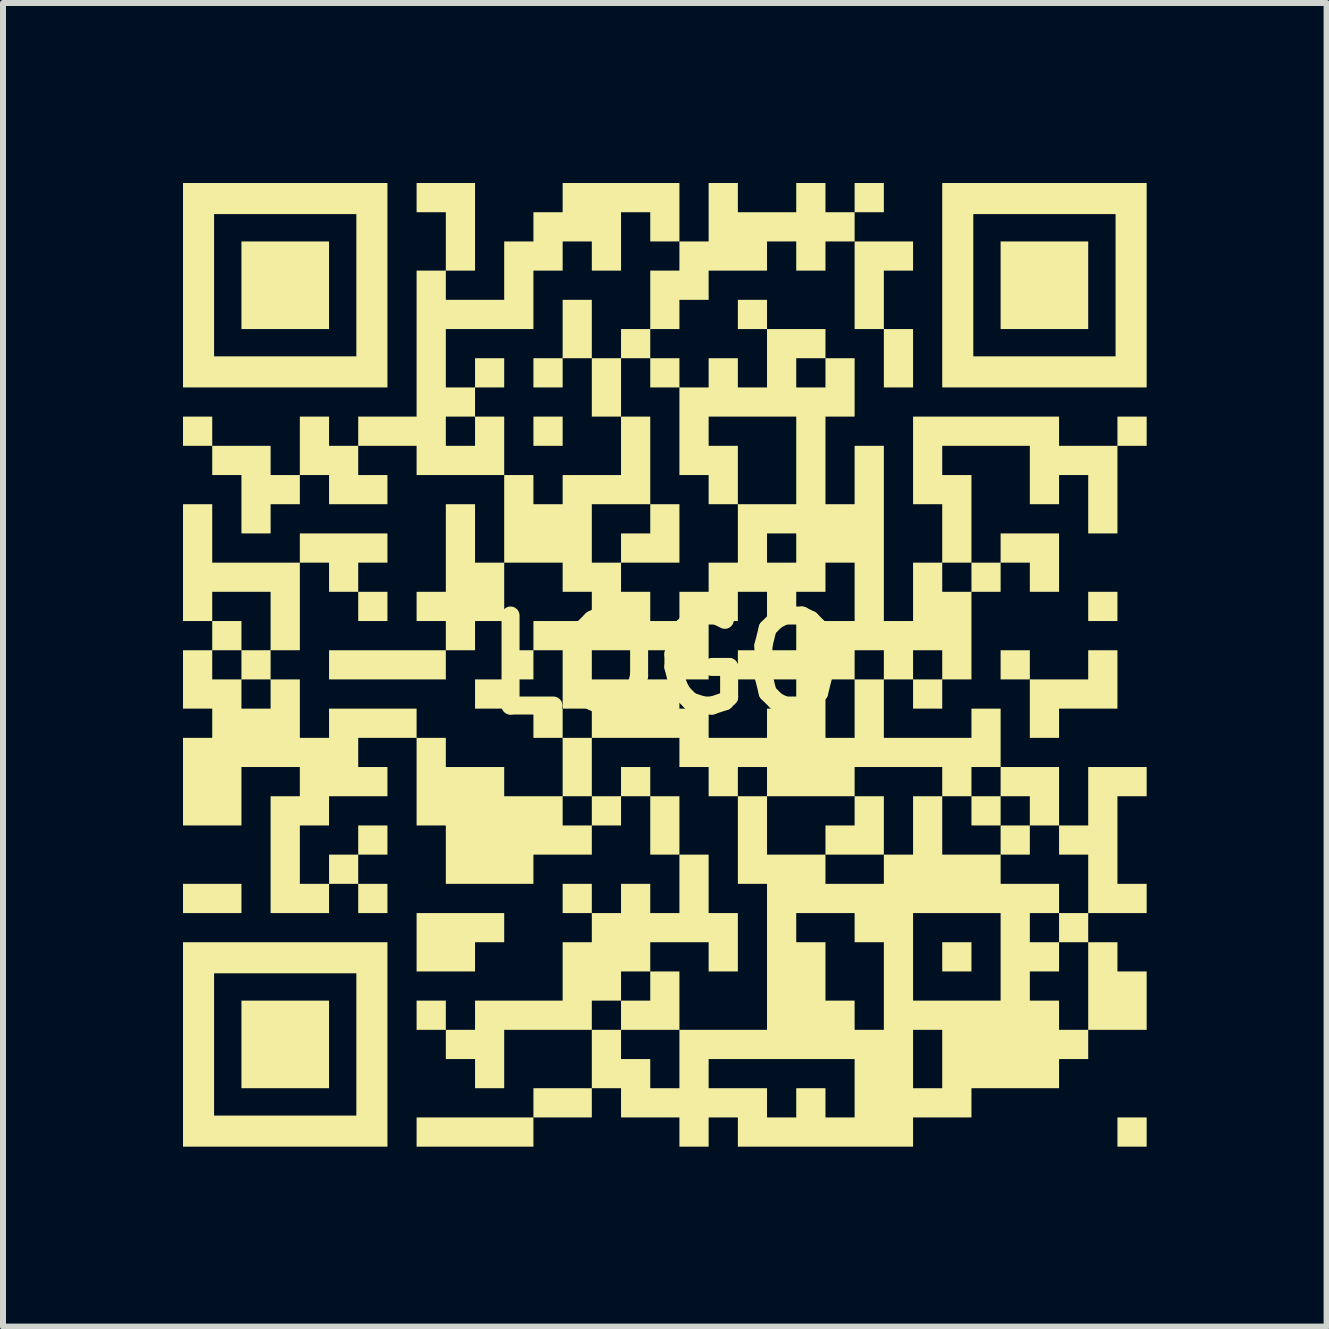
<source format=kicad_pcb>
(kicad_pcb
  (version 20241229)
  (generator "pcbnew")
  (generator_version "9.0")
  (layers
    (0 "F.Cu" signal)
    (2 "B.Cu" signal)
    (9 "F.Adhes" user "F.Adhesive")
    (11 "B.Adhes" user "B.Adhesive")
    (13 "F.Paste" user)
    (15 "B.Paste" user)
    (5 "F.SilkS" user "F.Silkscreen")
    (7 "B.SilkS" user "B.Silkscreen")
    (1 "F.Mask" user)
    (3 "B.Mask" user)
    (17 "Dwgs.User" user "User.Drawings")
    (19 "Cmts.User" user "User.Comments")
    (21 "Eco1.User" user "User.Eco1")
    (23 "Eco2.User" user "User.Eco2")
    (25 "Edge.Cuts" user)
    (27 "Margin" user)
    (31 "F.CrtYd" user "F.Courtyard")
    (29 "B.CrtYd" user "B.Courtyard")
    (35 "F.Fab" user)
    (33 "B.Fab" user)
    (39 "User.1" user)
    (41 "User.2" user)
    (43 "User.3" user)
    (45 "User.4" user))
  (footprint "LOGO"
    (layer "F.Cu")
    (at 8.03 8.03)
    (property "Reference" "LOGO" (at 0 0 0) (layer "F.SilkS") (effects (font (size 1.5 1.5) (thickness 0.3))))
    (attr board_only exclude_from_pos_files exclude_from_bom)
    (fp_poly (pts (xy -7.543 -3.893) (xy -7.543 -3.65) (xy -7.786 -3.65) (xy -8.03 -3.65) (xy -8.03 -3.893) (xy -8.03 -4.137) (xy -7.786 -4.137) (xy -7.543 -4.137)) (stroke (width 0) (type solid)) (fill yes) (layer "F.SilkS"))
    (fp_poly (pts (xy -7.056 3.893) (xy -7.056 4.137) (xy -7.543 4.137) (xy -8.03 4.137) (xy -8.03 3.893) (xy -8.03 3.65) (xy -7.543 3.65) (xy -7.056 3.65)) (stroke (width 0) (type solid)) (fill yes) (layer "F.SilkS"))
    (fp_poly (pts (xy -5.596 -6.326) (xy -5.596 -5.596) (xy -6.326 -5.596) (xy -7.056 -5.596) (xy -7.056 -6.326) (xy -7.056 -7.056) (xy -6.326 -7.056) (xy -5.596 -7.056)) (stroke (width 0) (type solid)) (fill yes) (layer "F.SilkS"))
    (fp_poly (pts (xy -5.596 6.326) (xy -5.596 7.056) (xy -6.326 7.056) (xy -7.056 7.056) (xy -7.056 6.326) (xy -7.056 5.596) (xy -6.326 5.596) (xy -5.596 5.596)) (stroke (width 0) (type solid)) (fill yes) (layer "F.SilkS"))
    (fp_poly (pts (xy -4.623 -0.973) (xy -4.623 -0.73) (xy -4.867 -0.73) (xy -5.11 -0.73) (xy -5.11 -0.973) (xy -5.11 -1.217) (xy -4.867 -1.217) (xy -4.623 -1.217)) (stroke (width 0) (type solid)) (fill yes) (layer "F.SilkS"))
    (fp_poly (pts (xy -4.623 3.893) (xy -4.623 4.137) (xy -4.867 4.137) (xy -5.11 4.137) (xy -5.11 3.893) (xy -5.11 3.65) (xy -4.867 3.65) (xy -4.623 3.65)) (stroke (width 0) (type solid)) (fill yes) (layer "F.SilkS"))
    (fp_poly (pts (xy -2.677 -4.867) (xy -2.677 -4.623) (xy -2.92 -4.623) (xy -3.163 -4.623) (xy -3.163 -4.867) (xy -3.163 -5.11) (xy -2.92 -5.11) (xy -2.677 -5.11)) (stroke (width 0) (type solid)) (fill yes) (layer "F.SilkS"))
    (fp_poly (pts (xy -1.703 -3.893) (xy -1.703 -3.65) (xy -1.947 -3.65) (xy -2.19 -3.65) (xy -2.19 -3.893) (xy -2.19 -4.137) (xy -1.947 -4.137) (xy -1.703 -4.137)) (stroke (width 0) (type solid)) (fill yes) (layer "F.SilkS"))
    (fp_poly (pts (xy -0.73 -4.623) (xy -0.73 -4.137) (xy -0.973 -4.137) (xy -1.217 -4.137) (xy -1.217 -4.623) (xy -1.217 -5.11) (xy -0.973 -5.11) (xy -0.73 -5.11)) (stroke (width 0) (type solid)) (fill yes) (layer "F.SilkS"))
    (fp_poly (pts (xy 0.243 2.677) (xy 0.243 3.163) (xy 0 3.163) (xy -0.243 3.163) (xy -0.243 2.677) (xy -0.243 2.19) (xy 0 2.19) (xy 0.243 2.19)) (stroke (width 0) (type solid)) (fill yes) (layer "F.SilkS"))
    (fp_poly (pts (xy 1.703 -5.84) (xy 1.703 -5.596) (xy 1.46 -5.596) (xy 1.217 -5.596) (xy 1.217 -5.84) (xy 1.217 -6.083) (xy 1.46 -6.083) (xy 1.703 -6.083)) (stroke (width 0) (type solid)) (fill yes) (layer "F.SilkS"))
    (fp_poly (pts (xy 4.137 -5.11) (xy 4.137 -4.623) (xy 3.893 -4.623) (xy 3.65 -4.623) (xy 3.65 -5.11) (xy 3.65 -5.596) (xy 3.893 -5.596) (xy 4.137 -5.596)) (stroke (width 0) (type solid)) (fill yes) (layer "F.SilkS"))
    (fp_poly (pts (xy 5.11 4.867) (xy 5.11 5.11) (xy 4.867 5.11) (xy 4.623 5.11) (xy 4.623 4.867) (xy 4.623 4.623) (xy 4.867 4.623) (xy 5.11 4.623)) (stroke (width 0) (type solid)) (fill yes) (layer "F.SilkS"))
    (fp_poly (pts (xy 5.596 2.433) (xy 5.596 2.677) (xy 5.353 2.677) (xy 5.11 2.677) (xy 5.11 2.433) (xy 5.11 2.19) (xy 5.353 2.19) (xy 5.596 2.19)) (stroke (width 0) (type solid)) (fill yes) (layer "F.SilkS"))
    (fp_poly (pts (xy 6.083 2.92) (xy 6.083 3.163) (xy 5.84 3.163) (xy 5.596 3.163) (xy 5.596 2.92) (xy 5.596 2.677) (xy 5.84 2.677) (xy 6.083 2.677)) (stroke (width 0) (type solid)) (fill yes) (layer "F.SilkS"))
    (fp_poly (pts (xy 7.056 -6.326) (xy 7.056 -5.596) (xy 6.326 -5.596) (xy 5.596 -5.596) (xy 5.596 -6.326) (xy 5.596 -7.056) (xy 6.326 -7.056) (xy 7.056 -7.056)) (stroke (width 0) (type solid)) (fill yes) (layer "F.SilkS"))
    (fp_poly (pts (xy 7.543 -0.973) (xy 7.543 -0.73) (xy 7.3 -0.73) (xy 7.056 -0.73) (xy 7.056 -0.973) (xy 7.056 -1.217) (xy 7.3 -1.217) (xy 7.543 -1.217)) (stroke (width 0) (type solid)) (fill yes) (layer "F.SilkS"))
    (fp_poly (pts (xy 8.03 7.786) (xy 8.03 8.03) (xy 7.786 8.03) (xy 7.543 8.03) (xy 7.543 7.786) (xy 7.543 7.543) (xy 7.786 7.543) (xy 8.03 7.543)) (stroke (width 0) (type solid)) (fill yes) (layer "F.SilkS"))
    (fp_poly (pts (xy -2.677 4.38) (xy -2.677 4.623) (xy -2.92 4.623) (xy -3.163 4.623) (xy -3.163 4.867) (xy -3.163 5.11) (xy -3.65 5.11) (xy -4.137 5.11) (xy -4.137 4.623) (xy -4.137 4.137) (xy -3.407 4.137) (xy -2.677 4.137)) (stroke (width 0) (type solid)) (fill yes) (layer "F.SilkS"))
    (fp_poly (pts (xy 0.243 -2.19) (xy 0.243 -1.703) (xy -0.243 -1.703) (xy -0.73 -1.703) (xy -0.73 -1.947) (xy -0.73 -2.19) (xy -0.487 -2.19) (xy -0.243 -2.19) (xy -0.243 -2.433) (xy -0.243 -2.677) (xy 0 -2.677) (xy 0.243 -2.677)) (stroke (width 0) (type solid)) (fill yes) (layer "F.SilkS"))
    (fp_poly (pts (xy 0.243 5.596) (xy 0.243 6.083) (xy -0.243 6.083) (xy -0.73 6.083) (xy -0.73 5.84) (xy -0.73 5.596) (xy -0.487 5.596) (xy -0.243 5.596) (xy -0.243 5.353) (xy -0.243 5.11) (xy 0 5.11) (xy 0.243 5.11)) (stroke (width 0) (type solid)) (fill yes) (layer "F.SilkS"))
    (fp_poly (pts (xy 3.65 2.677) (xy 3.65 3.163) (xy 3.163 3.163) (xy 2.677 3.163) (xy 2.677 2.92) (xy 2.677 2.677) (xy 2.92 2.677) (xy 3.163 2.677) (xy 3.163 2.433) (xy 3.163 2.19) (xy 3.407 2.19) (xy 3.65 2.19)) (stroke (width 0) (type solid)) (fill yes) (layer "F.SilkS"))
    (fp_poly (pts (xy 4.137 -6.813) (xy 4.137 -6.57) (xy 3.893 -6.57) (xy 3.65 -6.57) (xy 3.65 -6.083) (xy 3.65 -5.596) (xy 3.407 -5.596) (xy 3.163 -5.596) (xy 3.163 -6.326) (xy 3.163 -7.056) (xy 3.65 -7.056) (xy 4.137 -7.056)) (stroke (width 0) (type solid)) (fill yes) (layer "F.SilkS"))
    (fp_poly (pts (xy -1.217 -5.596) (xy -1.217 -5.11) (xy -1.46 -5.11) (xy -1.703 -5.11) (xy -1.703 -4.867) (xy -1.703 -4.623) (xy -1.947 -4.623) (xy -2.19 -4.623) (xy -2.19 -4.867) (xy -2.19 -5.11) (xy -1.947 -5.11) (xy -1.703 -5.11) (xy -1.703 -5.596) (xy -1.703 -6.083) (xy -1.46 -6.083) (xy -1.217 -6.083)) (stroke (width 0) (type solid)) (fill yes) (layer "F.SilkS"))
    (fp_poly (pts (xy -4.623 -6.326) (xy -4.623 -4.623) (xy -6.326 -4.623) (xy -8.03 -4.623) (xy -8.03 -6.326) (xy -7.512 -6.326) (xy -7.512 -5.141) (xy -6.326 -5.141) (xy -5.141 -5.141) (xy -5.141 -6.326) (xy -5.141 -7.512) (xy -6.326 -7.512) (xy -7.512 -7.512) (xy -7.512 -6.326) (xy -8.03 -6.326) (xy -8.03 -8.03) (xy -6.326 -8.03) (xy -4.623 -8.03)) (stroke (width 0) (type solid)) (fill yes) (layer "F.SilkS"))
    (fp_poly (pts (xy -4.623 6.326) (xy -4.623 8.03) (xy -6.326 8.03) (xy -8.03 8.03) (xy -8.03 6.326) (xy -7.512 6.326) (xy -7.512 7.512) (xy -6.326 7.512) (xy -5.141 7.512) (xy -5.141 6.326) (xy -5.141 5.141) (xy -6.326 5.141) (xy -7.512 5.141) (xy -7.512 6.326) (xy -8.03 6.326) (xy -8.03 4.623) (xy -6.326 4.623) (xy -4.623 4.623)) (stroke (width 0) (type solid)) (fill yes) (layer "F.SilkS"))
    (fp_poly (pts (xy 8.03 -6.326) (xy 8.03 -4.623) (xy 6.326 -4.623) (xy 4.623 -4.623) (xy 4.623 -6.326) (xy 5.141 -6.326) (xy 5.141 -5.141) (xy 6.326 -5.141) (xy 7.512 -5.141) (xy 7.512 -6.326) (xy 7.512 -7.512) (xy 6.326 -7.512) (xy 5.141 -7.512) (xy 5.141 -6.326) (xy 4.623 -6.326) (xy 4.623 -8.03) (xy 6.326 -8.03) (xy 8.03 -8.03)) (stroke (width 0) (type solid)) (fill yes) (layer "F.SilkS"))
    (fp_poly (pts (xy 6.083 0) (xy 6.083 0.243) (xy 6.57 0.243) (xy 7.056 0.243) (xy 7.056 0) (xy 7.056 -0.243) (xy 7.3 -0.243) (xy 7.543 -0.243) (xy 7.543 0.243) (xy 7.543 0.73) (xy 7.056 0.73) (xy 6.57 0.73) (xy 6.57 0.973) (xy 6.57 1.217) (xy 6.326 1.217) (xy 6.083 1.217) (xy 6.083 0.73) (xy 6.083 0.243) (xy 5.84 0.243) (xy 5.596 0.243) (xy 5.596 0) (xy 5.596 -0.243) (xy 5.84 -0.243) (xy 6.083 -0.243)) (stroke (width 0) (type solid)) (fill yes) (layer "F.SilkS"))
    (fp_poly (pts (xy 0.73 3.65) (xy 0.73 4.137) (xy 0.973 4.137) (xy 1.217 4.137) (xy 1.217 4.623) (xy 1.217 5.11) (xy 0.973 5.11) (xy 0.73 5.11) (xy 0.73 4.867) (xy 0.73 4.623) (xy 0.243 4.623) (xy -0.243 4.623) (xy -0.243 4.867) (xy -0.243 5.11) (xy -0.487 5.11) (xy -0.73 5.11) (xy -0.73 5.353) (xy -0.73 5.596) (xy -0.973 5.596) (xy -1.217 5.596) (xy -1.217 5.84) (xy -1.217 6.083) (xy -1.947 6.083) (xy -2.677 6.083) (xy -2.677 6.57) (xy -2.677 7.056) (xy -2.92 7.056) (xy -3.163 7.056) (xy -3.163 6.813) (xy -3.163 6.57) (xy -3.407 6.57) (xy -3.65 6.57) (xy -3.65 6.326) (xy -3.65 6.083) (xy -3.893 6.083) (xy -4.137 6.083) (xy -4.137 5.84) (xy -4.137 5.596) (xy -3.893 5.596) (xy -3.65 5.596) (xy -3.65 5.84) (xy -3.65 6.083) (xy -3.407 6.083) (xy -3.163 6.083) (xy -3.163 5.84) (xy -3.163 5.596) (xy -2.433 5.596) (xy -1.703 5.596) (xy -1.703 5.11) (xy -1.703 4.623) (xy -1.46 4.623) (xy -1.217 4.623) (xy -1.217 4.38) (xy -1.217 4.137) (xy -1.46 4.137) (xy -1.703 4.137) (xy -1.703 3.893) (xy -1.703 3.65) (xy -1.46 3.65) (xy -1.217 3.65) (xy -1.217 3.893) (xy -1.217 4.137) (xy -0.973 4.137) (xy -0.73 4.137) (xy -0.73 3.893) (xy -0.73 3.65) (xy -0.487 3.65) (xy -0.243 3.65) (xy -0.243 3.893) (xy -0.243 4.137) (xy 0 4.137) (xy 0.243 4.137) (xy 0.243 3.65) (xy 0.243 3.163) (xy 0.487 3.163) (xy 0.73 3.163)) (stroke (width 0) (type solid)) (fill yes) (layer "F.SilkS"))
    (fp_poly (pts (xy -7.543 -2.19) (xy -7.543 -1.703) (xy -6.813 -1.703) (xy -6.083 -1.703) (xy -6.083 -1.947) (xy -6.083 -2.19) (xy -5.353 -2.19) (xy -4.623 -2.19) (xy -4.623 -1.947) (xy -4.623 -1.703) (xy -4.867 -1.703) (xy -5.11 -1.703) (xy -5.11 -1.46) (xy -5.11 -1.217) (xy -5.353 -1.217) (xy -5.596 -1.217) (xy -5.596 -1.46) (xy -5.596 -1.703) (xy -5.84 -1.703) (xy -6.083 -1.703) (xy -6.083 -0.973) (xy -6.083 -0.243) (xy -6.326 -0.243) (xy -6.57 -0.243) (xy -6.57 0) (xy -6.57 0.243) (xy -6.813 0.243) (xy -7.056 0.243) (xy -7.056 0.487) (xy -7.056 0.73) (xy -6.813 0.73) (xy -6.57 0.73) (xy -6.57 0.487) (xy -6.57 0.243) (xy -6.326 0.243) (xy -6.083 0.243) (xy -6.083 0.73) (xy -6.083 1.217) (xy -5.84 1.217) (xy -5.596 1.217) (xy -5.596 0.973) (xy -5.596 0.73) (xy -4.867 0.73) (xy -4.137 0.73) (xy -4.137 0.973) (xy -4.137 1.217) (xy -4.623 1.217) (xy -5.11 1.217) (xy -5.11 1.46) (xy -5.11 1.703) (xy -4.867 1.703) (xy -4.623 1.703) (xy -4.623 1.947) (xy -4.623 2.19) (xy -5.11 2.19) (xy -5.596 2.19) (xy -5.596 2.433) (xy -5.596 2.677) (xy -5.84 2.677) (xy -6.083 2.677) (xy -6.083 3.163) (xy -6.083 3.65) (xy -5.84 3.65) (xy -5.596 3.65) (xy -5.596 3.407) (xy -5.596 3.163) (xy -5.353 3.163) (xy -5.11 3.163) (xy -5.11 2.92) (xy -5.11 2.677) (xy -4.867 2.677) (xy -4.623 2.677) (xy -4.623 2.92) (xy -4.623 3.163) (xy -4.867 3.163) (xy -5.11 3.163) (xy -5.11 3.407) (xy -5.11 3.65) (xy -5.353 3.65) (xy -5.596 3.65) (xy -5.596 3.893) (xy -5.596 4.137) (xy -6.083 4.137) (xy -6.57 4.137) (xy -6.57 3.163) (xy -6.57 2.19) (xy -6.326 2.19) (xy -6.083 2.19) (xy -6.083 1.947) (xy -6.083 1.703) (xy -6.57 1.703) (xy -7.056 1.703) (xy -7.056 2.19) (xy -7.056 2.677) (xy -7.543 2.677) (xy -8.03 2.677) (xy -8.03 1.947) (xy -8.03 1.217) (xy -7.786 1.217) (xy -7.543 1.217) (xy -7.543 0.973) (xy -7.543 0.73) (xy -7.786 0.73) (xy -8.03 0.73) (xy -8.03 0.243) (xy -8.03 -0.243) (xy -7.786 -0.243) (xy -7.543 -0.243) (xy -7.543 -0.487) (xy -7.543 -0.73) (xy -7.3 -0.73) (xy -7.056 -0.73) (xy -7.056 -0.487) (xy -7.056 -0.243) (xy -7.3 -0.243) (xy -7.543 -0.243) (xy -7.543 0) (xy -7.543 0.243) (xy -7.3 0.243) (xy -7.056 0.243) (xy -7.056 0) (xy -7.056 -0.243) (xy -6.813 -0.243) (xy -6.57 -0.243) (xy -6.57 -0.73) (xy -6.57 -1.217) (xy -7.056 -1.217) (xy -7.543 -1.217) (xy -7.543 -0.973) (xy -7.543 -0.73) (xy -7.786 -0.73) (xy -8.03 -0.73) (xy -8.03 -1.703) (xy -8.03 -2.677) (xy -7.786 -2.677) (xy -7.543 -2.677)) (stroke (width 0) (type solid)) (fill yes) (layer "F.SilkS"))
    (fp_poly (pts (xy -3.163 -7.3) (xy -3.163 -6.57) (xy -3.407 -6.57) (xy -3.65 -6.57) (xy -3.65 -6.326) (xy -3.65 -6.083) (xy -3.163 -6.083) (xy -2.677 -6.083) (xy -2.677 -6.57) (xy -2.677 -7.056) (xy -2.433 -7.056) (xy -2.19 -7.056) (xy -2.19 -7.3) (xy -2.19 -7.543) (xy -1.947 -7.543) (xy -1.703 -7.543) (xy -1.703 -7.786) (xy -1.703 -8.03) (xy -0.73 -8.03) (xy 0.243 -8.03) (xy 0.243 -7.543) (xy 0.243 -7.056) (xy 0.487 -7.056) (xy 0.73 -7.056) (xy 0.73 -7.543) (xy 0.73 -8.03) (xy 0.973 -8.03) (xy 1.217 -8.03) (xy 1.217 -7.786) (xy 1.217 -7.543) (xy 1.703 -7.543) (xy 2.19 -7.543) (xy 2.19 -7.786) (xy 2.19 -8.03) (xy 2.433 -8.03) (xy 2.677 -8.03) (xy 2.677 -7.786) (xy 2.677 -7.543) (xy 2.92 -7.543) (xy 3.163 -7.543) (xy 3.163 -7.786) (xy 3.163 -8.03) (xy 3.407 -8.03) (xy 3.65 -8.03) (xy 3.65 -7.786) (xy 3.65 -7.543) (xy 3.407 -7.543) (xy 3.163 -7.543) (xy 3.163 -7.3) (xy 3.163 -7.056) (xy 2.92 -7.056) (xy 2.677 -7.056) (xy 2.677 -6.813) (xy 2.677 -6.57) (xy 2.433 -6.57) (xy 2.19 -6.57) (xy 2.19 -6.813) (xy 2.19 -7.056) (xy 1.947 -7.056) (xy 1.703 -7.056) (xy 1.703 -6.813) (xy 1.703 -6.57) (xy 1.217 -6.57) (xy 0.73 -6.57) (xy 0.73 -6.326) (xy 0.73 -6.083) (xy 0.487 -6.083) (xy 0.243 -6.083) (xy 0.243 -5.84) (xy 0.243 -5.596) (xy 0 -5.596) (xy -0.243 -5.596) (xy -0.243 -5.353) (xy -0.243 -5.11) (xy -0.487 -5.11) (xy -0.73 -5.11) (xy -0.73 -5.353) (xy -0.73 -5.596) (xy -0.487 -5.596) (xy -0.243 -5.596) (xy -0.243 -6.083) (xy -0.243 -6.57) (xy 0 -6.57) (xy 0.243 -6.57) (xy 0.243 -6.813) (xy 0.243 -7.056) (xy 0 -7.056) (xy -0.243 -7.056) (xy -0.243 -7.3) (xy -0.243 -7.543) (xy -0.487 -7.543) (xy -0.73 -7.543) (xy -0.73 -7.056) (xy -0.73 -6.57) (xy -0.973 -6.57) (xy -1.217 -6.57) (xy -1.217 -6.813) (xy -1.217 -7.056) (xy -1.46 -7.056) (xy -1.703 -7.056) (xy -1.703 -6.813) (xy -1.703 -6.57) (xy -1.947 -6.57) (xy -2.19 -6.57) (xy -2.19 -6.083) (xy -2.19 -5.596) (xy -2.92 -5.596) (xy -3.65 -5.596) (xy -3.65 -5.11) (xy -3.65 -4.623) (xy -3.407 -4.623) (xy -3.163 -4.623) (xy -3.163 -4.38) (xy -3.163 -4.137) (xy -3.407 -4.137) (xy -3.65 -4.137) (xy -3.65 -3.893) (xy -3.65 -3.65) (xy -3.407 -3.65) (xy -3.163 -3.65) (xy -3.163 -3.893) (xy -3.163 -4.137) (xy -2.92 -4.137) (xy -2.677 -4.137) (xy -2.677 -3.65) (xy -2.677 -3.163) (xy -3.407 -3.163) (xy -4.137 -3.163) (xy -4.137 -3.407) (xy -4.137 -3.65) (xy -4.623 -3.65) (xy -5.11 -3.65) (xy -5.11 -3.407) (xy -5.11 -3.163) (xy -4.867 -3.163) (xy -4.623 -3.163) (xy -4.623 -2.92) (xy -4.623 -2.677) (xy -5.11 -2.677) (xy -5.596 -2.677) (xy -5.596 -2.92) (xy -5.596 -3.163) (xy -5.84 -3.163) (xy -6.083 -3.163) (xy -6.083 -2.92) (xy -6.083 -2.677) (xy -6.326 -2.677) (xy -6.57 -2.677) (xy -6.57 -2.433) (xy -6.57 -2.19) (xy -6.813 -2.19) (xy -7.056 -2.19) (xy -7.056 -2.677) (xy -7.056 -3.163) (xy -7.3 -3.163) (xy -7.543 -3.163) (xy -7.543 -3.407) (xy -7.543 -3.65) (xy -7.056 -3.65) (xy -6.57 -3.65) (xy -6.57 -3.407) (xy -6.57 -3.163) (xy -6.326 -3.163) (xy -6.083 -3.163) (xy -6.083 -3.65) (xy -6.083 -4.137) (xy -5.84 -4.137) (xy -5.596 -4.137) (xy -5.596 -3.893) (xy -5.596 -3.65) (xy -5.353 -3.65) (xy -5.11 -3.65) (xy -5.11 -3.893) (xy -5.11 -4.137) (xy -4.623 -4.137) (xy -4.137 -4.137) (xy -4.137 -5.353) (xy -4.137 -6.57) (xy -3.893 -6.57) (xy -3.65 -6.57) (xy -3.65 -7.056) (xy -3.65 -7.543) (xy -3.893 -7.543) (xy -4.137 -7.543) (xy -4.137 -7.786) (xy -4.137 -8.03) (xy -3.65 -8.03) (xy -3.163 -8.03)) (stroke (width 0) (type solid)) (fill yes) (layer "F.SilkS"))
    (fp_poly (pts (xy 6.57 2.19) (xy 6.57 2.677) (xy 6.813 2.677) (xy 7.056 2.677) (xy 7.056 2.19) (xy 7.056 1.703) (xy 7.543 1.703) (xy 8.03 1.703) (xy 8.03 1.947) (xy 8.03 2.19) (xy 7.786 2.19) (xy 7.543 2.19) (xy 7.543 2.92) (xy 7.543 3.65) (xy 7.786 3.65) (xy 8.03 3.65) (xy 8.03 3.893) (xy 8.03 4.137) (xy 7.543 4.137) (xy 7.056 4.137) (xy 7.056 4.38) (xy 7.056 4.623) (xy 6.813 4.623) (xy 6.57 4.623) (xy 6.57 4.867) (xy 6.57 5.11) (xy 6.326 5.11) (xy 6.083 5.11) (xy 6.083 5.353) (xy 6.083 5.596) (xy 6.326 5.596) (xy 6.57 5.596) (xy 6.57 5.84) (xy 6.57 6.083) (xy 6.813 6.083) (xy 7.056 6.083) (xy 7.056 5.353) (xy 7.056 4.623) (xy 7.3 4.623) (xy 7.543 4.623) (xy 7.543 4.867) (xy 7.543 5.11) (xy 7.786 5.11) (xy 8.03 5.11) (xy 8.03 5.596) (xy 8.03 6.083) (xy 7.543 6.083) (xy 7.056 6.083) (xy 7.056 6.326) (xy 7.056 6.57) (xy 6.813 6.57) (xy 6.57 6.57) (xy 6.57 6.813) (xy 6.57 7.056) (xy 5.84 7.056) (xy 5.11 7.056) (xy 5.11 7.3) (xy 5.11 7.543) (xy 4.623 7.543) (xy 4.137 7.543) (xy 4.137 7.786) (xy 4.137 8.03) (xy 2.677 8.03) (xy 1.217 8.03) (xy 1.217 7.786) (xy 1.217 7.543) (xy 0.973 7.543) (xy 0.73 7.543) (xy 0.73 7.786) (xy 0.73 8.03) (xy 0.487 8.03) (xy 0.243 8.03) (xy 0.243 7.786) (xy 0.243 7.543) (xy -0.243 7.543) (xy -0.73 7.543) (xy -0.73 7.3) (xy -0.73 7.056) (xy -0.973 7.056) (xy -1.217 7.056) (xy -1.217 7.3) (xy -1.217 7.543) (xy -1.703 7.543) (xy -2.19 7.543) (xy -2.19 7.786) (xy -2.19 8.03) (xy -3.163 8.03) (xy -4.137 8.03) (xy -4.137 7.786) (xy -4.137 7.543) (xy -3.163 7.543) (xy -2.19 7.543) (xy -2.19 7.3) (xy -2.19 7.056) (xy -1.703 7.056) (xy -1.217 7.056) (xy -1.217 6.57) (xy -1.217 6.083) (xy -0.973 6.083) (xy -0.73 6.083) (xy -0.73 6.326) (xy -0.73 6.57) (xy -0.487 6.57) (xy -0.243 6.57) (xy -0.243 6.813) (xy -0.243 7.056) (xy 0 7.056) (xy 0.243 7.056) (xy 0.243 6.813) (xy 0.73 6.813) (xy 0.73 7.056) (xy 1.217 7.056) (xy 1.703 7.056) (xy 1.703 7.3) (xy 1.703 7.543) (xy 1.947 7.543) (xy 2.19 7.543) (xy 2.19 7.3) (xy 2.19 7.056) (xy 2.433 7.056) (xy 2.677 7.056) (xy 2.677 7.3) (xy 2.677 7.543) (xy 2.92 7.543) (xy 3.163 7.543) (xy 3.163 7.056) (xy 3.163 6.57) (xy 4.137 6.57) (xy 4.137 7.056) (xy 4.38 7.056) (xy 4.623 7.056) (xy 4.623 6.57) (xy 4.623 6.083) (xy 4.38 6.083) (xy 4.137 6.083) (xy 4.137 6.57) (xy 3.163 6.57) (xy 1.947 6.57) (xy 0.73 6.57) (xy 0.73 6.813) (xy 0.243 6.813) (xy 0.243 6.57) (xy 0.243 6.083) (xy 0.973 6.083) (xy 1.703 6.083) (xy 1.703 4.867) (xy 1.703 4.38) (xy 2.19 4.38) (xy 2.19 4.623) (xy 2.433 4.623) (xy 2.677 4.623) (xy 2.677 5.11) (xy 2.677 5.596) (xy 2.92 5.596) (xy 3.163 5.596) (xy 3.163 5.84) (xy 3.163 6.083) (xy 3.407 6.083) (xy 3.65 6.083) (xy 3.65 5.353) (xy 3.65 4.867) (xy 4.137 4.867) (xy 4.137 5.596) (xy 4.867 5.596) (xy 5.596 5.596) (xy 5.596 4.867) (xy 5.596 4.137) (xy 4.867 4.137) (xy 4.137 4.137) (xy 4.137 4.867) (xy 3.65 4.867) (xy 3.65 4.623) (xy 3.407 4.623) (xy 3.163 4.623) (xy 3.163 4.38) (xy 3.163 4.137) (xy 2.677 4.137) (xy 2.19 4.137) (xy 2.19 4.38) (xy 1.703 4.38) (xy 1.703 3.65) (xy 1.46 3.65) (xy 1.217 3.65) (xy 1.217 2.92) (xy 1.217 2.19) (xy 1.46 2.19) (xy 1.703 2.19) (xy 1.703 2.677) (xy 1.703 3.163) (xy 2.19 3.163) (xy 2.677 3.163) (xy 2.677 3.407) (xy 2.677 3.65) (xy 3.163 3.65) (xy 3.65 3.65) (xy 3.65 3.407) (xy 3.65 3.163) (xy 3.893 3.163) (xy 4.137 3.163) (xy 4.137 2.677) (xy 4.137 2.19) (xy 4.38 2.19) (xy 4.623 2.19) (xy 4.623 2.677) (xy 4.623 3.163) (xy 5.11 3.163) (xy 5.596 3.163) (xy 5.596 3.407) (xy 5.596 3.65) (xy 6.083 3.65) (xy 6.57 3.65) (xy 6.57 3.893) (xy 6.57 4.137) (xy 6.326 4.137) (xy 6.083 4.137) (xy 6.083 4.38) (xy 6.083 4.623) (xy 6.326 4.623) (xy 6.57 4.623) (xy 6.57 4.38) (xy 6.57 4.137) (xy 6.813 4.137) (xy 7.056 4.137) (xy 7.056 3.65) (xy 7.056 3.163) (xy 6.813 3.163) (xy 6.57 3.163) (xy 6.57 2.92) (xy 6.57 2.677) (xy 6.326 2.677) (xy 6.083 2.677) (xy 6.083 2.433) (xy 6.083 2.19) (xy 5.84 2.19) (xy 5.596 2.19) (xy 5.596 1.947) (xy 5.596 1.703) (xy 6.083 1.703) (xy 6.57 1.703)) (stroke (width 0) (type solid)) (fill yes) (layer "F.SilkS"))
    (fp_poly (pts (xy 2.677 -5.353) (xy 2.677 -5.11) (xy 2.433 -5.11) (xy 2.19 -5.11) (xy 2.19 -4.867) (xy 2.19 -4.623) (xy 2.433 -4.623) (xy 2.677 -4.623) (xy 2.677 -4.867) (xy 2.677 -5.11) (xy 2.92 -5.11) (xy 3.163 -5.11) (xy 3.163 -4.623) (xy 3.163 -4.137) (xy 2.92 -4.137) (xy 2.677 -4.137) (xy 2.677 -3.407) (xy 2.677 -2.677) (xy 2.92 -2.677) (xy 3.163 -2.677) (xy 3.163 -3.163) (xy 3.163 -3.65) (xy 3.407 -3.65) (xy 3.65 -3.65) (xy 3.65 -2.19) (xy 3.65 -0.73) (xy 3.893 -0.73) (xy 4.137 -0.73) (xy 4.137 -1.217) (xy 4.137 -1.46) (xy 4.623 -1.46) (xy 4.623 -1.217) (xy 4.867 -1.217) (xy 5.11 -1.217) (xy 5.11 -1.46) (xy 5.11 -1.703) (xy 4.867 -1.703) (xy 4.623 -1.703) (xy 4.623 -1.46) (xy 4.137 -1.46) (xy 4.137 -1.703) (xy 4.38 -1.703) (xy 4.623 -1.703) (xy 4.623 -2.19) (xy 4.623 -2.677) (xy 4.38 -2.677) (xy 4.137 -2.677) (xy 4.137 -3.407) (xy 4.137 -4.137) (xy 5.353 -4.137) (xy 6.57 -4.137) (xy 6.57 -3.893) (xy 6.57 -3.65) (xy 7.056 -3.65) (xy 7.543 -3.65) (xy 7.543 -3.893) (xy 7.543 -4.137) (xy 7.786 -4.137) (xy 8.03 -4.137) (xy 8.03 -3.893) (xy 8.03 -3.65) (xy 7.786 -3.65) (xy 7.543 -3.65) (xy 7.543 -2.92) (xy 7.543 -2.19) (xy 7.3 -2.19) (xy 7.056 -2.19) (xy 7.056 -2.677) (xy 7.056 -3.163) (xy 6.813 -3.163) (xy 6.57 -3.163) (xy 6.57 -2.92) (xy 6.57 -2.677) (xy 6.326 -2.677) (xy 6.083 -2.677) (xy 6.083 -3.163) (xy 6.083 -3.65) (xy 5.353 -3.65) (xy 4.623 -3.65) (xy 4.623 -3.407) (xy 4.623 -3.163) (xy 4.867 -3.163) (xy 5.11 -3.163) (xy 5.11 -2.433) (xy 5.11 -1.703) (xy 5.353 -1.703) (xy 5.596 -1.703) (xy 5.596 -1.947) (xy 5.596 -2.19) (xy 6.083 -2.19) (xy 6.57 -2.19) (xy 6.57 -1.703) (xy 6.57 -1.217) (xy 6.326 -1.217) (xy 6.083 -1.217) (xy 6.083 -1.46) (xy 6.083 -1.703) (xy 5.84 -1.703) (xy 5.596 -1.703) (xy 5.596 -1.46) (xy 5.596 -1.217) (xy 5.353 -1.217) (xy 5.11 -1.217) (xy 5.11 -0.487) (xy 5.11 0.243) (xy 4.867 0.243) (xy 4.623 0.243) (xy 4.623 0.487) (xy 4.623 0.73) (xy 4.38 0.73) (xy 4.137 0.73) (xy 4.137 0.487) (xy 4.137 0.243) (xy 3.893 0.243) (xy 3.65 0.243) (xy 3.65 0.73) (xy 3.65 1.217) (xy 4.38 1.217) (xy 5.11 1.217) (xy 5.11 0.973) (xy 5.11 0.73) (xy 5.353 0.73) (xy 5.596 0.73) (xy 5.596 1.217) (xy 5.596 1.703) (xy 5.353 1.703) (xy 5.11 1.703) (xy 5.11 1.947) (xy 5.11 2.19) (xy 4.867 2.19) (xy 4.623 2.19) (xy 4.623 1.947) (xy 4.623 1.703) (xy 3.893 1.703) (xy 3.163 1.703) (xy 3.163 1.947) (xy 3.163 2.19) (xy 2.433 2.19) (xy 1.703 2.19) (xy 1.703 1.947) (xy 1.703 1.703) (xy 1.46 1.703) (xy 1.217 1.703) (xy 1.217 1.947) (xy 1.217 2.19) (xy 0.973 2.19) (xy 0.73 2.19) (xy 0.73 1.947) (xy 0.73 1.703) (xy 0.487 1.703) (xy 0.243 1.703) (xy 0.243 1.46) (xy 0.243 1.217) (xy -0.487 1.217) (xy -1.217 1.217) (xy -1.217 1.703) (xy -1.217 2.19) (xy -1.46 2.19) (xy -1.703 2.19) (xy -1.703 2.433) (xy -1.703 2.677) (xy -1.46 2.677) (xy -1.217 2.677) (xy -1.217 2.433) (xy -1.217 2.19) (xy -0.973 2.19) (xy -0.73 2.19) (xy -0.73 1.947) (xy -0.73 1.703) (xy -0.487 1.703) (xy -0.243 1.703) (xy -0.243 1.947) (xy -0.243 2.19) (xy -0.487 2.19) (xy -0.73 2.19) (xy -0.73 2.433) (xy -0.73 2.677) (xy -0.973 2.677) (xy -1.217 2.677) (xy -1.217 2.92) (xy -1.217 3.163) (xy -1.703 3.163) (xy -2.19 3.163) (xy -2.19 3.407) (xy -2.19 3.65) (xy -2.92 3.65) (xy -3.65 3.65) (xy -3.65 3.163) (xy -3.65 2.677) (xy -3.893 2.677) (xy -4.137 2.677) (xy -4.137 1.947) (xy -4.137 1.217) (xy -3.893 1.217) (xy -3.65 1.217) (xy -3.65 1.46) (xy -3.65 1.703) (xy -3.163 1.703) (xy -2.677 1.703) (xy -2.677 1.947) (xy -2.677 2.19) (xy -2.19 2.19) (xy -1.703 2.19) (xy -1.703 1.703) (xy -1.703 1.217) (xy -1.947 1.217) (xy -2.19 1.217) (xy -2.19 0.973) (xy -1.703 0.973) (xy -1.703 1.217) (xy -1.46 1.217) (xy -1.217 1.217) (xy -1.217 0.973) (xy -1.217 0.73) (xy -1.46 0.73) (xy -1.703 0.73) (xy -1.703 0.973) (xy -2.19 0.973) (xy -2.19 0.73) (xy -1.947 0.73) (xy -1.703 0.73) (xy -1.703 0.243) (xy -1.703 -0.243) (xy -1.217 -0.243) (xy -1.217 0) (xy -1.217 0.243) (xy -0.487 0.243) (xy 0.243 0.243) (xy 0.243 0.487) (xy 0.243 0.73) (xy 0.487 0.73) (xy 0.73 0.73) (xy 0.73 0.973) (xy 0.73 1.217) (xy 1.217 1.217) (xy 1.703 1.217) (xy 1.703 0.973) (xy 1.703 0.73) (xy 1.947 0.73) (xy 2.19 0.73) (xy 2.19 0.487) (xy 2.19 0.243) (xy 2.677 0.243) (xy 2.677 0.73) (xy 2.677 1.217) (xy 2.92 1.217) (xy 3.163 1.217) (xy 3.163 0.73) (xy 3.163 0.243) (xy 3.407 0.243) (xy 3.65 0.243) (xy 3.65 0) (xy 4.137 0) (xy 4.137 0.243) (xy 4.38 0.243) (xy 4.623 0.243) (xy 4.623 0) (xy 4.623 -0.243) (xy 4.38 -0.243) (xy 4.137 -0.243) (xy 4.137 0) (xy 3.65 0) (xy 3.65 -0.243) (xy 3.407 -0.243) (xy 3.163 -0.243) (xy 3.163 0) (xy 3.163 0.243) (xy 2.92 0.243) (xy 2.677 0.243) (xy 2.19 0.243) (xy 1.703 0.243) (xy 1.217 0.243) (xy 1.217 0) (xy 1.217 -0.243) (xy 1.703 -0.243) (xy 2.19 -0.243) (xy 2.19 -0.487) (xy 2.19 -0.73) (xy 2.677 -0.73) (xy 3.163 -0.73) (xy 3.163 -1.217) (xy 3.163 -1.703) (xy 2.92 -1.703) (xy 2.677 -1.703) (xy 2.677 -1.46) (xy 2.677 -1.217) (xy 2.433 -1.217) (xy 2.19 -1.217) (xy 2.19 -0.973) (xy 2.19 -0.73) (xy 1.947 -0.73) (xy 1.703 -0.73) (xy 1.703 -0.973) (xy 1.703 -1.217) (xy 1.46 -1.217) (xy 1.217 -1.217) (xy 1.217 -0.973) (xy 1.217 -0.73) (xy 0.973 -0.73) (xy 0.73 -0.73) (xy 0.73 -0.243) (xy 0.73 0.243) (xy 0.487 0.243) (xy 0.243 0.243) (xy 0.243 0) (xy 0.243 -0.243) (xy -0.487 -0.243) (xy -1.217 -0.243) (xy -1.703 -0.243) (xy -1.947 -0.243) (xy -2.19 -0.243) (xy -2.19 0) (xy -2.19 0.243) (xy -2.433 0.243) (xy -2.677 0.243) (xy -2.677 0.487) (xy -2.677 0.73) (xy -2.92 0.73) (xy -3.163 0.73) (xy -3.163 0.487) (xy -3.163 0.243) (xy -2.92 0.243) (xy -2.677 0.243) (xy -2.677 0) (xy -2.677 -0.243) (xy -2.433 -0.243) (xy -2.19 -0.243) (xy -2.19 -0.487) (xy -2.19 -0.73) (xy -1.703 -0.73) (xy -1.217 -0.73) (xy -1.217 -0.973) (xy -1.217 -1.217) (xy -1.46 -1.217) (xy -1.703 -1.217) (xy -1.703 -1.46) (xy -1.703 -1.703) (xy -2.19 -1.703) (xy -2.677 -1.703) (xy -2.677 -1.217) (xy -2.677 -0.73) (xy -2.92 -0.73) (xy -3.163 -0.73) (xy -3.163 -0.487) (xy -3.163 -0.243) (xy -3.407 -0.243) (xy -3.65 -0.243) (xy -3.65 0) (xy -3.65 0.243) (xy -4.623 0.243) (xy -5.596 0.243) (xy -5.596 0) (xy -5.596 -0.243) (xy -4.623 -0.243) (xy -3.65 -0.243) (xy -3.65 -0.487) (xy -3.65 -0.73) (xy -3.893 -0.73) (xy -4.137 -0.73) (xy -4.137 -0.973) (xy -4.137 -1.217) (xy -3.893 -1.217) (xy -3.65 -1.217) (xy -3.65 -1.947) (xy -3.65 -2.677) (xy -3.407 -2.677) (xy -3.163 -2.677) (xy -3.163 -2.19) (xy -3.163 -1.703) (xy -2.92 -1.703) (xy -2.677 -1.703) (xy -2.677 -2.433) (xy -2.677 -3.163) (xy -2.433 -3.163) (xy -2.19 -3.163) (xy -2.19 -2.92) (xy -2.19 -2.677) (xy -1.947 -2.677) (xy -1.703 -2.677) (xy -1.703 -2.92) (xy -1.703 -3.163) (xy -1.217 -3.163) (xy -0.73 -3.163) (xy -0.73 -3.65) (xy -0.73 -4.137) (xy -0.487 -4.137) (xy -0.243 -4.137) (xy -0.243 -3.407) (xy -0.243 -2.677) (xy -0.73 -2.677) (xy -1.217 -2.677) (xy -1.217 -2.19) (xy -1.217 -1.703) (xy -0.973 -1.703) (xy -0.73 -1.703) (xy -0.73 -1.46) (xy -0.73 -1.217) (xy -0.487 -1.217) (xy -0.243 -1.217) (xy -0.243 -0.973) (xy -0.243 -0.73) (xy 0 -0.73) (xy 0.243 -0.73) (xy 0.243 -0.973) (xy 0.243 -1.217) (xy 0.487 -1.217) (xy 0.73 -1.217) (xy 0.73 -1.46) (xy 0.73 -1.703) (xy 0.973 -1.703) (xy 1.217 -1.703) (xy 1.217 -1.947) (xy 1.703 -1.947) (xy 1.703 -1.703) (xy 1.947 -1.703) (xy 2.19 -1.703) (xy 2.19 -1.947) (xy 2.19 -2.19) (xy 1.947 -2.19) (xy 1.703 -2.19) (xy 1.703 -1.947) (xy 1.217 -1.947) (xy 1.217 -2.19) (xy 1.217 -2.677) (xy 1.703 -2.677) (xy 2.19 -2.677) (xy 2.19 -3.407) (xy 2.19 -4.137) (xy 1.46 -4.137) (xy 0.73 -4.137) (xy 0.73 -3.893) (xy 0.73 -3.65) (xy 0.973 -3.65) (xy 1.217 -3.65) (xy 1.217 -3.163) (xy 1.217 -2.677) (xy 0.973 -2.677) (xy 0.73 -2.677) (xy 0.73 -2.92) (xy 0.73 -3.163) (xy 0.487 -3.163) (xy 0.243 -3.163) (xy 0.243 -3.893) (xy 0.243 -4.623) (xy 0 -4.623) (xy -0.243 -4.623) (xy -0.243 -4.867) (xy -0.243 -5.11) (xy 0 -5.11) (xy 0.243 -5.11) (xy 0.243 -4.867) (xy 0.243 -4.623) (xy 0.487 -4.623) (xy 0.73 -4.623) (xy 0.73 -4.867) (xy 0.73 -5.11) (xy 0.973 -5.11) (xy 1.217 -5.11) (xy 1.217 -4.867) (xy 1.217 -4.623) (xy 1.46 -4.623) (xy 1.703 -4.623) (xy 1.703 -5.11) (xy 1.703 -5.596) (xy 2.19 -5.596) (xy 2.677 -5.596)) (stroke (width 0) (type solid)) (fill yes) (layer "F.SilkS")))
  (gr_rect
    (start -3 -3)
    (end 19.059 19.059)
    (stroke (width 0.1) (type default))
    (fill no)
    (layer "Edge.Cuts")))
</source>
